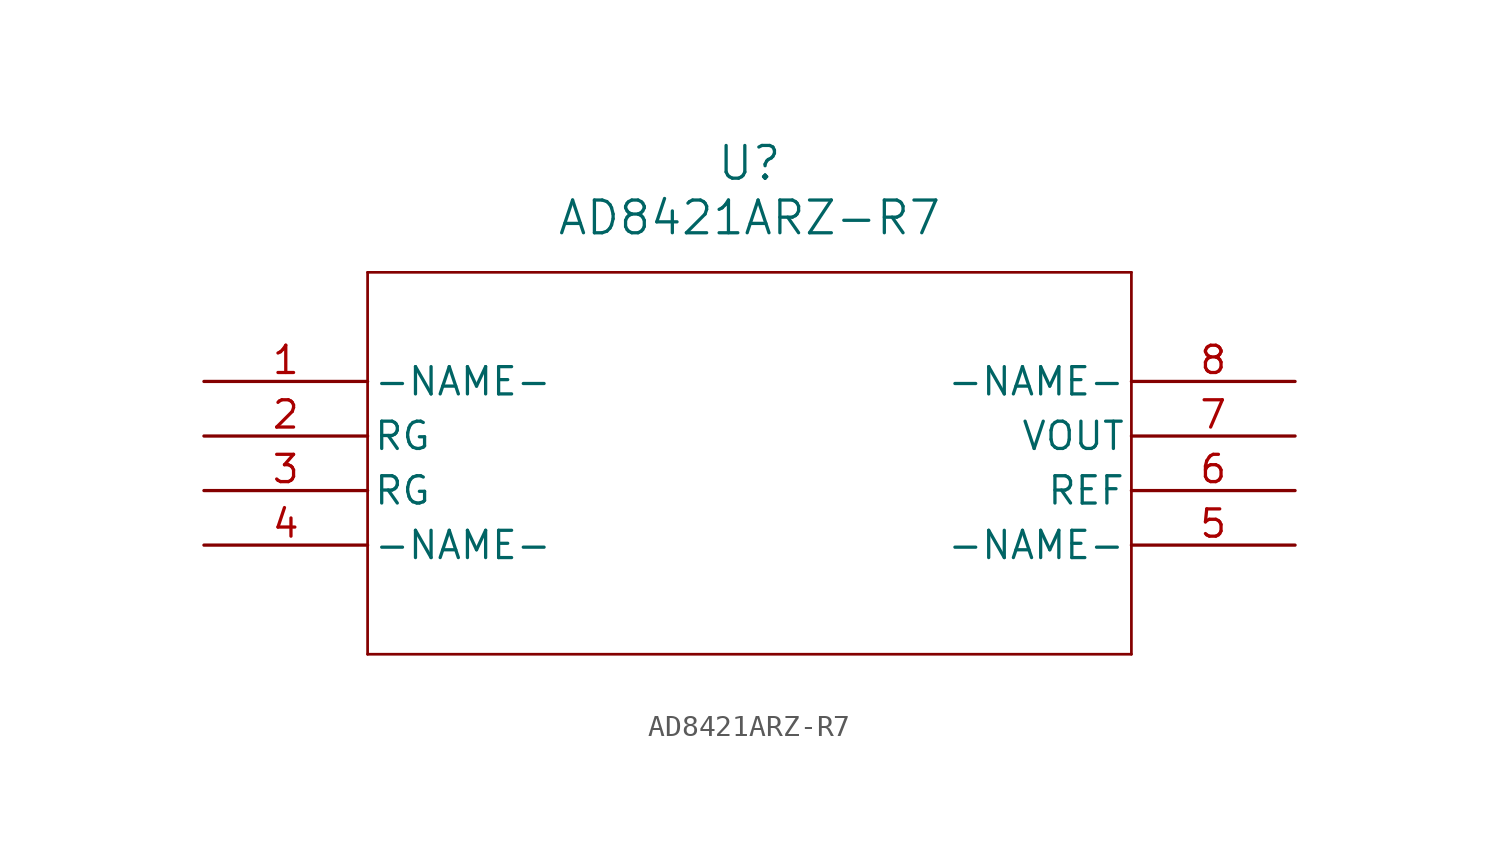
<source format=kicad_sym>
(kicad_symbol_lib
  (version 20211014)
  (generator kicad_symbol_editor)
  (symbol "AD8421ARZ-R7"
    (pin_names
      (offset 0.254))
    (property "Reference" "U"
      (at 25.4 10.16 0)
      (effects (font (size 1.524 1.524))))
    (property "Value" "AD8421ARZ-R7"
      (at 25.4 7.62 0)
      (effects (font (size 1.524 1.524))))
    (symbol "AD8421ARZ-R7_0_1"
      (polyline (pts (xy 7.62 5.08) (xy 7.62 -12.7)) (stroke (width 0.127) (type default) (color 0 0 0 0)) (fill (type none)))
      (polyline (pts (xy 7.62 -12.7) (xy 43.18 -12.7)) (stroke (width 0.127) (type default) (color 0 0 0 0)) (fill (type none)))
      (polyline (pts (xy 43.18 -12.7) (xy 43.18 5.08)) (stroke (width 0.127) (type default) (color 0 0 0 0)) (fill (type none)))
      (polyline (pts (xy 43.18 5.08) (xy 7.62 5.08)) (stroke (width 0.127) (type default) (color 0 0 0 0)) (fill (type none)))
      (pin input line (at 0 0 0) (length 7.62) (name "-NAME-" (effects (font (size 1.27 1.27)))) (number "1" (effects (font (size 1.27 1.27)))))
      (pin unspecified line (at 0 -2.54 0) (length 7.62) (name "RG" (effects (font (size 1.27 1.27)))) (number "2" (effects (font (size 1.27 1.27)))))
      (pin unspecified line (at 0 -5.08 0) (length 7.62) (name "RG" (effects (font (size 1.27 1.27)))) (number "3" (effects (font (size 1.27 1.27)))))
      (pin input line (at 0 -7.62 0) (length 7.62) (name "-NAME-" (effects (font (size 1.27 1.27)))) (number "4" (effects (font (size 1.27 1.27)))))
      (pin power_in line (at 50.8 -7.62 180) (length 7.62) (name "-NAME-" (effects (font (size 1.27 1.27)))) (number "5" (effects (font (size 1.27 1.27)))))
      (pin output line (at 50.8 -5.08 180) (length 7.62) (name "REF" (effects (font (size 1.27 1.27)))) (number "6" (effects (font (size 1.27 1.27)))))
      (pin output line (at 50.8 -2.54 180) (length 7.62) (name "VOUT" (effects (font (size 1.27 1.27)))) (number "7" (effects (font (size 1.27 1.27)))))
      (pin power_in line (at 50.8 0 180) (length 7.62) (name "-NAME-" (effects (font (size 1.27 1.27)))) (number "8" (effects (font (size 1.27 1.27))))))))
</source>
